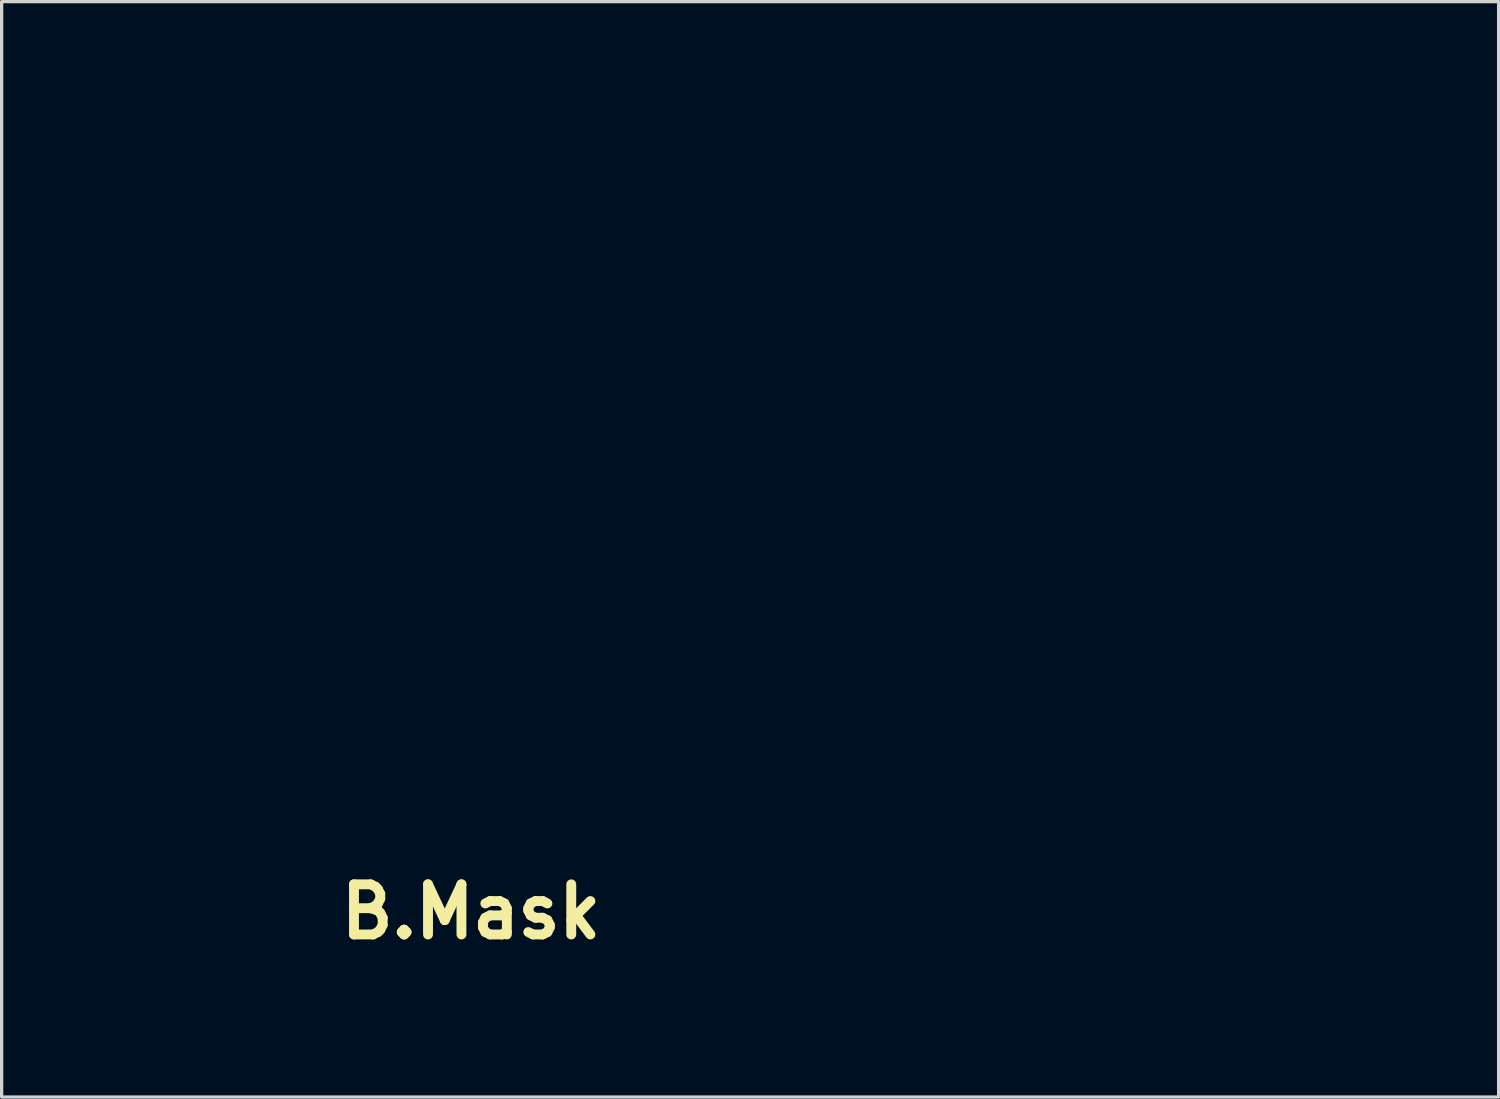
<source format=kicad_pcb>
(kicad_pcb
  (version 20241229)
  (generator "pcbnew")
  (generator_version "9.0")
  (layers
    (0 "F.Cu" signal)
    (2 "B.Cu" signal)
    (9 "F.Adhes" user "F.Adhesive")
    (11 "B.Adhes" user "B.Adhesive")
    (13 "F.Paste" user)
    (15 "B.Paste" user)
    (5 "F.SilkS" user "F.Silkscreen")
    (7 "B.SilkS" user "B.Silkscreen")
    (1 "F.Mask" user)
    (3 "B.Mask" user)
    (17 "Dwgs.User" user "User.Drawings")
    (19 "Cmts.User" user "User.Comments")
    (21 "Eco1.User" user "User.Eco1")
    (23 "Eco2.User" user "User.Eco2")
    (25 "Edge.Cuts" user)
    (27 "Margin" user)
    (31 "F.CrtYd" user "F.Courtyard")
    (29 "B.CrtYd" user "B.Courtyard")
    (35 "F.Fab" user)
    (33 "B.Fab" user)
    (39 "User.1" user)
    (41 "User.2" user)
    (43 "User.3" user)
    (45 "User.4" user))
  (footprint "B.Mask"
    (layer "F.Cu")
    (at 11.266 24.664)
    (property "Reference" "B.Mask" (at 0 0 0) (layer "F.SilkS") (effects (font (size 1.524 1.524) (thickness 0.3))))
    (attr through_hole)
    (fp_poly (pts (xy 4.87 -21.929) (xy 4.147 -21.929) (xy 4.17 -24.659) (xy 4.847 -24.659) (xy 4.87 -21.929)) (stroke (width 0.01) (type solid)) (fill yes) (layer "B.Mask"))
    (fp_poly (pts (xy -4.116 -23.294) (xy -4.105 -21.929) (xy -4.827 -21.929) (xy -4.816 -23.294) (xy -4.805 -24.659) (xy -4.128 -24.659) (xy -4.116 -23.294)) (stroke (width 0.01) (type solid)) (fill yes) (layer "B.Mask"))
    (fp_poly (pts (xy 3.768 -12.488) (xy 6.265 -12.488) (xy 6.265 -7.451) (xy 3.768 -7.451) (xy 3.768 -4.953) (xy -3.725 -4.953) (xy -3.725 -7.493) (xy 1.27 -7.493) (xy 1.27 -12.446) (xy -3.725 -12.446) (xy -3.725 -14.986) (xy 3.768 -14.986) (xy 3.768 -12.488)) (stroke (width 0.01) (type solid)) (fill yes) (layer "B.Mask"))
    (fp_poly (pts (xy 24.78 -12.11) (xy 24.78 -12.03) (xy 24.85 -12.03) (xy 24.85 -11.95) (xy 24.889 -11.95) (xy 24.94 -11.95) (xy 25.02 -11.95) (xy 25.019 -11.77) (xy 24.989 -11.77) (xy 24.934 -11.769) (xy 24.85 -11.77) (xy 24.85 -11.72) (xy 24.85 -11.663) (xy 24.85 -11.538) (xy 24.85 -11.388) (xy 24.85 -11.007) (xy 24.384 -11.007) (xy 24.384 -12.107) (xy 24.6 -12.107) (xy 24.738 -12.11)) (stroke (width 0.01) (type solid)) (fill yes) (layer "B.Mask"))
    (fp_poly (pts (xy -8.721 -7.493) (xy -6.223 -7.493) (xy -6.223 -4.953) (xy -7.465 -4.953) (xy -7.781 -4.954) (xy -8.069 -4.957) (xy -8.319 -4.961) (xy -8.52 -4.966) (xy -8.66 -4.972) (xy -8.73 -4.979) (xy -8.735 -4.981) (xy -8.742 -5.029) (xy -8.749 -5.151) (xy -8.754 -5.336) (xy -8.759 -5.572) (xy -8.762 -5.85) (xy -8.763 -6.158) (xy -8.763 -6.229) (xy -8.763 -7.449) (xy -11.239 -7.472) (xy -11.25 -11.229) (xy -11.261 -14.986) (xy -8.721 -14.986) (xy -8.721 -7.493)) (stroke (width 0.01) (type solid)) (fill yes) (layer "B.Mask"))
    (fp_poly (pts (xy 14.9 -8.859) (xy 14.9 -8.808) (xy 14.9 -8.72) (xy 14.989 -8.72) (xy 15.06 -8.72) (xy 15.06 -8.66) (xy 15.06 -8.562) (xy 15.06 -8.39) (xy 15.01 -8.39) (xy 14.912 -8.39) (xy 14.891 -8.39) (xy 14.786 -8.39) (xy 14.73 -8.39) (xy 14.73 -8.464) (xy 14.73 -8.55) (xy 14.645 -8.55) (xy 14.57 -8.55) (xy 14.57 -8.623) (xy 14.57 -8.72) (xy 14.57 -8.826) (xy 14.57 -8.88) (xy 14.721 -8.88) (xy 14.743 -8.88) (xy 14.9 -8.88) (xy 14.9 -8.86)) (stroke (width 0.01) (type solid)) (fill yes) (layer "B.Mask"))
    (fp_poly (pts (xy 14.9 -3.969) (xy 14.9 -3.918) (xy 14.9 -3.83) (xy 14.989 -3.83) (xy 15.06 -3.83) (xy 15.06 -3.77) (xy 15.06 -3.672) (xy 15.06 -3.5) (xy 15.01 -3.5) (xy 14.912 -3.5) (xy 14.891 -3.5) (xy 14.786 -3.5) (xy 14.73 -3.5) (xy 14.73 -3.574) (xy 14.73 -3.66) (xy 14.645 -3.66) (xy 14.57 -3.66) (xy 14.57 -3.733) (xy 14.57 -3.83) (xy 14.57 -3.936) (xy 14.57 -3.99) (xy 14.721 -3.99) (xy 14.743 -3.99) (xy 14.9 -3.99) (xy 14.9 -3.97)) (stroke (width 0.01) (type solid)) (fill yes) (layer "B.Mask"))
    (fp_poly (pts (xy 14.9 -1.519) (xy 14.9 -1.468) (xy 14.9 -1.38) (xy 14.989 -1.38) (xy 15.06 -1.38) (xy 15.06 -1.32) (xy 15.06 -1.222) (xy 15.06 -1.05) (xy 15.01 -1.05) (xy 14.912 -1.05) (xy 14.891 -1.05) (xy 14.786 -1.05) (xy 14.73 -1.05) (xy 14.73 -1.124) (xy 14.73 -1.21) (xy 14.645 -1.21) (xy 14.57 -1.21) (xy 14.57 -1.283) (xy 14.57 -1.38) (xy 14.57 -1.486) (xy 14.57 -1.54) (xy 14.721 -1.54) (xy 14.743 -1.54) (xy 14.9 -1.54) (xy 14.9 -1.52)) (stroke (width 0.01) (type solid)) (fill yes) (layer "B.Mask"))
    (fp_poly (pts (xy 17.33 -1.517) (xy 17.33 -1.465) (xy 17.33 -1.377) (xy 17.419 -1.377) (xy 17.49 -1.377) (xy 17.49 -1.317) (xy 17.49 -1.219) (xy 17.49 -1.047) (xy 17.44 -1.047) (xy 17.342 -1.047) (xy 17.321 -1.048) (xy 17.216 -1.047) (xy 17.16 -1.047) (xy 17.16 -1.122) (xy 17.16 -1.207) (xy 17.075 -1.207) (xy 17 -1.207) (xy 17 -1.28) (xy 17 -1.377) (xy 17 -1.484) (xy 17 -1.537) (xy 17.151 -1.538) (xy 17.173 -1.537) (xy 17.33 -1.537) (xy 17.33 -1.517)) (stroke (width 0.01) (type solid)) (fill yes) (layer "B.Mask"))
    (fp_poly (pts (xy 17.36 -6.409) (xy 17.36 -6.358) (xy 17.36 -6.27) (xy 17.449 -6.27) (xy 17.52 -6.27) (xy 17.52 -6.21) (xy 17.52 -6.112) (xy 17.52 -5.94) (xy 17.47 -5.94) (xy 17.372 -5.94) (xy 17.351 -5.94) (xy 17.246 -5.94) (xy 17.19 -5.94) (xy 17.19 -6.014) (xy 17.19 -6.1) (xy 17.105 -6.1) (xy 17.03 -6.1) (xy 17.03 -6.173) (xy 17.03 -6.27) (xy 17.03 -6.376) (xy 17.03 -6.43) (xy 17.181 -6.43) (xy 17.203 -6.43) (xy 17.36 -6.43) (xy 17.36 -6.41)) (stroke (width 0.01) (type solid)) (fill yes) (layer "B.Mask"))
    (fp_poly (pts (xy 19.79 -3.969) (xy 19.79 -3.918) (xy 19.79 -3.83) (xy 19.879 -3.83) (xy 19.95 -3.83) (xy 19.95 -3.77) (xy 19.95 -3.672) (xy 19.95 -3.5) (xy 19.9 -3.5) (xy 19.802 -3.5) (xy 19.781 -3.5) (xy 19.676 -3.5) (xy 19.62 -3.5) (xy 19.62 -3.574) (xy 19.62 -3.66) (xy 19.535 -3.66) (xy 19.46 -3.66) (xy 19.46 -3.733) (xy 19.46 -3.83) (xy 19.46 -3.936) (xy 19.46 -3.99) (xy 19.611 -3.99) (xy 19.633 -3.99) (xy 19.79 -3.99) (xy 19.79 -3.97)) (stroke (width 0.01) (type solid)) (fill yes) (layer "B.Mask"))
    (fp_poly (pts (xy 22.25 0.941) (xy 22.25 0.992) (xy 22.25 1.08) (xy 22.339 1.08) (xy 22.41 1.08) (xy 22.41 1.14) (xy 22.41 1.238) (xy 22.41 1.41) (xy 22.36 1.41) (xy 22.262 1.41) (xy 22.241 1.41) (xy 22.136 1.41) (xy 22.08 1.41) (xy 22.08 1.336) (xy 22.08 1.25) (xy 21.995 1.25) (xy 21.92 1.25) (xy 21.92 1.177) (xy 21.92 1.08) (xy 21.92 0.974) (xy 21.92 0.92) (xy 22.071 0.92) (xy 22.093 0.92) (xy 22.25 0.92) (xy 22.25 0.94)) (stroke (width 0.01) (type solid)) (fill yes) (layer "B.Mask"))
    (fp_poly (pts (xy 22.26 -6.399) (xy 22.26 -6.348) (xy 22.26 -6.26) (xy 22.349 -6.26) (xy 22.42 -6.26) (xy 22.42 -6.2) (xy 22.42 -6.102) (xy 22.42 -5.93) (xy 22.37 -5.93) (xy 22.272 -5.93) (xy 22.251 -5.93) (xy 22.146 -5.93) (xy 22.09 -5.93) (xy 22.09 -6.004) (xy 22.09 -6.09) (xy 22.005 -6.09) (xy 21.93 -6.09) (xy 21.93 -6.163) (xy 21.93 -6.26) (xy 21.93 -6.366) (xy 21.93 -6.42) (xy 22.081 -6.42) (xy 22.103 -6.42) (xy 22.26 -6.42) (xy 22.26 -6.4)) (stroke (width 0.01) (type solid)) (fill yes) (layer "B.Mask"))
    (fp_poly (pts (xy 24.7 -3.969) (xy 24.7 -3.918) (xy 24.7 -3.83) (xy 24.789 -3.83) (xy 24.86 -3.83) (xy 24.86 -3.77) (xy 24.86 -3.672) (xy 24.86 -3.5) (xy 24.81 -3.5) (xy 24.712 -3.5) (xy 24.691 -3.5) (xy 24.586 -3.5) (xy 24.53 -3.5) (xy 24.53 -3.574) (xy 24.53 -3.66) (xy 24.445 -3.66) (xy 24.37 -3.66) (xy 24.37 -3.733) (xy 24.37 -3.83) (xy 24.37 -3.936) (xy 24.37 -3.99) (xy 24.521 -3.99) (xy 24.543 -3.99) (xy 24.7 -3.99) (xy 24.7 -3.97)) (stroke (width 0.01) (type solid)) (fill yes) (layer "B.Mask"))
    (fp_poly (pts (xy 17.81 -12.09) (xy 17.813 -11.695) (xy 17.82 -11.303) (xy 17.187 -11.303) (xy 17.187 -11.155) (xy 17.19 -11.01) (xy 17.15 -11.01) (xy 17.068 -11.01) (xy 17.018 -11.01) (xy 16.91 -11.01) (xy 16.85 -11.01) (xy 16.85 -11.111) (xy 16.85 -11.155) (xy 16.85 -11.31) (xy 16.83 -11.31) (xy 16.785 -11.31) (xy 16.72 -11.31) (xy 16.72 -11.388) (xy 16.72 -11.47) (xy 16.783 -11.47) (xy 16.85 -11.47) (xy 16.85 -11.64) (xy 16.85 -11.703) (xy 16.85 -11.78) (xy 16.85 -12.09) (xy 17.187 -12.09) (xy 17.187 -11.472) (xy 17.484 -11.472) (xy 17.484 -12.09) (xy 17.8 -12.09)) (stroke (width 0.01) (type solid)) (fill yes) (layer "B.Mask"))
    (fp_poly (pts (xy 28.215 -0.43) (xy 27.77 -0.43) (xy 27.55 -0.43) (xy 27.421 -0.43) (xy 27.34 -0.43) (xy 27.31 -0.43) (xy 27.28 -0.43) (xy 27.28 -0.507) (xy 27.28 -0.59) (xy 27.194 -0.59) (xy 27.14 -0.59) (xy 27.14 -0.68) (xy 27.14 -0.804) (xy 27.14 -0.974) (xy 27.14 -1.16) (xy 27.14 -1.275) (xy 27.14 -1.36) (xy 27.2 -1.36) (xy 27.24 -1.35) (xy 27.474 -1.355) (xy 27.474 -0.593) (xy 27.898 -0.593) (xy 27.898 -1.355) (xy 27.474 -1.355) (xy 27.2 -1.36) (xy 27.29 -1.36) (xy 27.29 -1.439) (xy 27.29 -1.476) (xy 27.29 -1.52) (xy 27.36 -1.52) (xy 27.46 -1.52) (xy 27.68 -1.52) (xy 27.751 -1.52) (xy 28.22 -1.52) (xy 28.215 -0.445)) (stroke (width 0.01) (type solid)) (fill yes) (layer "B.Mask"))
    (fp_poly (pts (xy 28.215 2.04) (xy 27.14 2.035) (xy 27.14 1.927) (xy 27.14 1.877) (xy 27.14 1.83) (xy 27.211 1.83) (xy 27.32 1.83) (xy 27.47 1.83) (xy 27.51 1.83) (xy 27.898 1.83) (xy 27.898 1.57) (xy 27.59 1.57) (xy 27.427 1.57) (xy 27.33 1.57) (xy 27.27 1.57) (xy 27.271 1.471) (xy 27.27 1.39) (xy 27.31 1.39) (xy 27.392 1.39) (xy 27.542 1.39) (xy 27.577 1.39) (xy 27.898 1.39) (xy 27.898 1.101) (xy 27.517 1.101) (xy 27.336 1.099) (xy 27.22 1.1) (xy 27.16 1.1) (xy 27.139 1.1) (xy 27.14 1.016) (xy 27.14 0.94) (xy 27.14 0.93) (xy 27.22 0.93) (xy 27.318 0.93) (xy 27.477 0.93) (xy 27.687 0.931) (xy 28.22 0.93) (xy 28.215 2.011)) (stroke (width 0.01) (type solid)) (fill yes) (layer "B.Mask"))
    (fp_poly (pts (xy 27.68 -6.42) (xy 27.76 -6.42) (xy 28.21 -6.42) (xy 28.22 -5.33) (xy 27.75 -5.33) (xy 27.54 -5.33) (xy 27.402 -5.33) (xy 27.32 -5.33) (xy 27.29 -5.33) (xy 27.29 -5.39) (xy 27.29 -5.42) (xy 27.29 -5.489) (xy 27.2 -5.491) (xy 27.149 -5.49) (xy 27.15 -5.61) (xy 27.15 -5.65) (xy 27.149 -5.761) (xy 27.15 -5.8) (xy 27.199 -5.8) (xy 27.474 -5.8) (xy 27.474 -5.503) (xy 27.898 -5.503) (xy 27.898 -5.8) (xy 27.474 -5.8) (xy 27.199 -5.785) (xy 27.29 -5.795) (xy 27.29 -5.86) (xy 27.29 -5.92) (xy 27.199 -5.92) (xy 27.15 -5.92) (xy 27.151 -6.047) (xy 27.15 -6.098) (xy 27.15 -6.222) (xy 27.15 -6.265) (xy 27.194 -6.265) (xy 27.474 -6.265) (xy 27.474 -5.969) (xy 27.898 -5.969) (xy 27.898 -6.265) (xy 27.474 -6.265) (xy 27.197 -6.258) (xy 27.281 -6.262) (xy 27.279 -6.35) (xy 27.281 -6.42) (xy 27.32 -6.42) (xy 27.388 -6.42) (xy 27.502 -6.42) (xy 27.65 -6.42)) (stroke (width 0.01) (type solid)) (fill yes) (layer "B.Mask"))
    (fp_poly (pts (xy 27.864 -8.88) (xy 27.978 -8.88) (xy 28.04 -8.88) (xy 28.07 -8.88) (xy 28.07 -8.8) (xy 28.07 -8.73) (xy 28.152 -8.73) (xy 28.189 -8.73) (xy 28.23 -8.73) (xy 28.23 -8.63) (xy 28.23 -8.52) (xy 28.23 -8.34) (xy 28.23 -8.26) (xy 28.23 -7.789) (xy 28.067 -7.789) (xy 27.96 -7.79) (xy 27.9 -7.79) (xy 27.898 -7.894) (xy 27.898 -7.938) (xy 27.898 -8.09) (xy 27.48 -8.09) (xy 27.48 -7.938) (xy 27.48 -7.79) (xy 27.44 -7.79) (xy 27.355 -7.79) (xy 27.305 -7.789) (xy 27.15 -7.789) (xy 27.15 -8.26) (xy 27.15 -8.46) (xy 27.15 -8.61) (xy 27.15 -8.678) (xy 27.474 -8.678) (xy 27.474 -8.255) (xy 27.898 -8.255) (xy 27.898 -8.678) (xy 27.474 -8.678) (xy 27.15 -8.68) (xy 27.15 -8.69) (xy 27.15 -8.72) (xy 27.194 -8.72) (xy 27.28 -8.72) (xy 27.28 -8.805) (xy 27.28 -8.88) (xy 27.33 -8.88) (xy 27.41 -8.88) (xy 27.56 -8.88) (xy 27.69 -8.88) (xy 27.83 -8.88)) (stroke (width 0.01) (type solid)) (fill yes) (layer "B.Mask"))
    (fp_poly (pts (xy -1.321 -24.333) (xy -1.32 -24) (xy -0.99 -24) (xy -0.64 -24) (xy -0.644 -23.654) (xy -0.631 -23.326) (xy 0.674 -23.326) (xy 0.686 -23.654) (xy 0.699 -23.982) (xy 1.025 -23.994) (xy 1.351 -24.006) (xy 1.363 -24.333) (xy 1.376 -24.659) (xy 2.731 -24.659) (xy 2.743 -24.333) (xy 2.755 -24.006) (xy 3.124 -23.994) (xy 3.493 -23.982) (xy 3.504 -22.236) (xy 3.515 -20.489) (xy 2.752 -20.489) (xy 2.752 -19.812) (xy 1.397 -19.812) (xy 1.397 -19.135) (xy -1.355 -19.135) (xy -1.355 -19.812) (xy -2.709 -19.812) (xy -2.709 -20.489) (xy -3.472 -20.489) (xy -3.467 -21.251) (xy -1.99 -21.251) (xy -1.99 -20.535) (xy -1.662 -20.523) (xy -1.333 -20.511) (xy -1.309 -19.854) (xy 1.351 -19.854) (xy 1.376 -20.511) (xy 1.704 -20.523) (xy 2.032 -20.535) (xy 2.032 -21.251) (xy -1.99 -21.251) (xy -3.467 -21.251) (xy -3.455 -23.283) (xy -1.99 -23.283) (xy -1.99 -21.971) (xy -0.677 -21.971) (xy -0.677 -23.283) (xy 0.72 -23.283) (xy 0.72 -21.971) (xy 2.032 -21.971) (xy 2.032 -23.283) (xy 0.72 -23.283) (xy -0.677 -23.283) (xy -1.99 -23.283) (xy -3.455 -23.283) (xy -3.45 -23.982) (xy -2.7 -23.98) (xy -2.701 -24.333) (xy -2.7 -24.659) (xy -1.32 -24.659) (xy -1.321 -24.333)) (stroke (width 0.01) (type solid)) (fill yes) (layer "B.Mask"))
    (fp_poly (pts (xy 27.89 -3.98) (xy 27.97 -3.98) (xy 28.034 -3.98) (xy 28.07 -3.98) (xy 28.07 -3.89) (xy 28.07 -3.81) (xy 28.152 -3.81) (xy 28.22 -3.81) (xy 28.23 -3.81) (xy 28.23 -3.704) (xy 28.23 -3.58) (xy 28.23 -3.429) (xy 28.23 -3.24) (xy 28.228 -3.136) (xy 28.23 -3.02) (xy 28.185 -3.02) (xy 28.14 -3.02) (xy 28.07 -3.02) (xy 28.07 -2.963) (xy 28.07 -2.88) (xy 28.032 -2.88) (xy 27.97 -2.88) (xy 27.844 -2.88) (xy 27.665 -2.879) (xy 27.478 -2.88) (xy 27.36 -2.88) (xy 27.3 -2.88) (xy 27.27 -2.88) (xy 27.27 -2.97) (xy 27.27 -3.04) (xy 27.205 -3.04) (xy 27.14 -3.04) (xy 27.14 -3.133) (xy 27.14 -3.21) (xy 27.22 -3.21) (xy 27.3 -3.21) (xy 27.39 -3.21) (xy 27.46 -3.21) (xy 27.46 -3.06) (xy 27.46 -3.05) (xy 27.56 -3.05) (xy 27.68 -3.048) (xy 27.73 -3.048) (xy 27.898 -3.048) (xy 27.898 -3.81) (xy 27.691 -3.81) (xy 27.46 -3.81) (xy 27.46 -3.78) (xy 27.46 -3.63) (xy 27.44 -3.63) (xy 27.4 -3.63) (xy 27.33 -3.63) (xy 27.28 -3.63) (xy 27.18 -3.63) (xy 27.141 -3.63) (xy 27.14 -3.72) (xy 27.14 -3.81) (xy 27.199 -3.81) (xy 27.27 -3.81) (xy 27.27 -3.895) (xy 27.27 -3.98) (xy 27.297 -3.98) (xy 27.36 -3.98) (xy 27.49 -3.98) (xy 27.52 -3.98) (xy 27.85 -3.98)) (stroke (width 0.01) (type solid)) (fill yes) (layer "B.Mask"))
    (fp_poly (pts (xy 15.34 -11.84) (xy 15.34 -11.6) (xy 14.605 -11.599) (xy 14.605 -11.176) (xy 14.817 -11.176) (xy 14.95 -11.18) (xy 15.04 -11.18) (xy 15.04 -11.25) (xy 15.04 -11.29) (xy 15.15 -11.29) (xy 15.2 -11.29) (xy 15.31 -11.29) (xy 15.36 -11.29) (xy 15.36 -11.22) (xy 15.36 -11.14) (xy 15.282 -11.14) (xy 15.2 -11.14) (xy 15.198 -11.02) (xy 15.18 -11.02) (xy 15.129 -11.02) (xy 15.02 -11.02) (xy 14.844 -11.02) (xy 14.81 -11.02) (xy 14.63 -11.02) (xy 14.515 -11.02) (xy 14.455 -11.02) (xy 14.44 -11.02) (xy 14.44 -11.07) (xy 14.44 -11.14) (xy 14.351 -11.14) (xy 14.304 -11.14) (xy 14.27 -11.14) (xy 14.268 -11.275) (xy 14.266 -11.388) (xy 14.269 -11.53) (xy 14.27 -11.61) (xy 14.27 -11.66) (xy 14.35 -11.66) (xy 14.44 -11.66) (xy 14.44 -11.71) (xy 14.44 -11.76) (xy 14.516 -11.759) (xy 14.64 -11.76) (xy 14.72 -11.76) (xy 14.89 -11.76) (xy 14.97 -11.76) (xy 15.03 -11.76) (xy 15.03 -11.9) (xy 14.99 -11.9) (xy 14.96 -11.9) (xy 14.852 -11.9) (xy 14.68 -11.9) (xy 14.651 -11.9) (xy 14.469 -11.9) (xy 14.35 -11.9) (xy 14.29 -11.9) (xy 14.27 -11.9) (xy 14.27 -11.987) (xy 14.27 -11.991) (xy 14.27 -12.08) (xy 14.306 -12.08) (xy 14.35 -12.08) (xy 14.451 -12.082) (xy 14.602 -12.086) (xy 14.817 -12.086) (xy 15.34 -12.086) (xy 15.34 -11.84)) (stroke (width 0.01) (type solid)) (fill yes) (layer "B.Mask"))
    (fp_poly (pts (xy 22.34 -12.1) (xy 22.45 -12.098) (xy 22.549 -12.1) (xy 22.549 -12.049) (xy 22.549 -12.022) (xy 22.549 -11.939) (xy 22.631 -11.939) (xy 22.699 -11.94) (xy 22.699 -11.849) (xy 22.699 -11.78) (xy 22.61 -11.78) (xy 22.542 -11.78) (xy 22.43 -11.78) (xy 22.39 -11.78) (xy 22.39 -11.831) (xy 22.39 -11.889) (xy 22.299 -11.889) (xy 22.161 -11.889) (xy 22.03 -11.89) (xy 21.93 -11.89) (xy 21.93 -11.85) (xy 21.93 -11.77) (xy 21.93 -11.73) (xy 21.93 -11.704) (xy 21.93 -11.64) (xy 22.026 -11.64) (xy 22.15 -11.64) (xy 22.18 -11.64) (xy 22.295 -11.64) (xy 22.39 -11.64) (xy 22.39 -11.586) (xy 22.39 -11.556) (xy 22.39 -11.48) (xy 22.484 -11.48) (xy 22.56 -11.48) (xy 22.56 -11.39) (xy 22.56 -11.31) (xy 22.627 -11.31) (xy 22.69 -11.31) (xy 22.69 -11.167) (xy 22.69 -11.154) (xy 22.69 -11.006) (xy 22.161 -11.006) (xy 21.946 -11.008) (xy 21.8 -11.01) (xy 21.7 -11.01) (xy 21.653 -11.01) (xy 21.63 -11.01) (xy 21.632 -11.09) (xy 21.63 -11.131) (xy 21.63 -11.17) (xy 21.74 -11.17) (xy 21.862 -11.17) (xy 22.02 -11.17) (xy 22.2 -11.17) (xy 22.314 -11.17) (xy 22.374 -11.17) (xy 22.39 -11.17) (xy 22.39 -11.254) (xy 22.39 -11.3) (xy 22.309 -11.3) (xy 22.22 -11.3) (xy 22.22 -11.39) (xy 22.22 -11.469) (xy 22.168 -11.471) (xy 22.073 -11.471) (xy 21.992 -11.471) (xy 21.851 -11.47) (xy 21.77 -11.47) (xy 21.77 -11.6) (xy 21.73 -11.6) (xy 21.695 -11.6) (xy 21.64 -11.6) (xy 21.64 -11.719) (xy 21.64 -11.768) (xy 21.641 -11.89) (xy 21.64 -11.936) (xy 21.69 -11.937) (xy 21.769 -11.939) (xy 21.771 -12.022) (xy 21.769 -12.099) (xy 21.829 -12.099) (xy 21.912 -12.099) (xy 22.075 -12.099) (xy 22.145 -12.101) (xy 22.3 -12.1)) (stroke (width 0.01) (type solid)) (fill yes) (layer "B.Mask"))
    (fp_poly (pts (xy 19.94 -12.1) (xy 20.02 -12.1) (xy 20.066 -12.1) (xy 20.1 -12.1) (xy 20.1 -12.023) (xy 20.1 -11.93) (xy 20.198 -11.93) (xy 20.282 -11.93) (xy 20.28 -11.78) (xy 20.254 -11.78) (xy 20.171 -11.78) (xy 20.108 -11.78) (xy 19.991 -11.779) (xy 19.94 -11.78) (xy 19.94 -11.831) (xy 19.94 -11.889) (xy 19.845 -11.89) (xy 19.706 -11.89) (xy 19.573 -11.89) (xy 19.47 -11.89) (xy 19.47 -11.842) (xy 19.47 -11.8) (xy 19.47 -11.769) (xy 19.47 -11.64) (xy 19.51 -11.64) (xy 19.57 -11.64) (xy 19.68 -11.64) (xy 19.71 -11.64) (xy 19.84 -11.64) (xy 19.91 -11.64) (xy 19.93 -11.64) (xy 19.93 -11.56) (xy 19.93 -11.45) (xy 19.88 -11.45) (xy 19.77 -11.45) (xy 19.717 -11.45) (xy 19.587 -11.45) (xy 19.5 -11.45) (xy 19.47 -11.45) (xy 19.47 -11.314) (xy 19.468 -11.176) (xy 19.71 -11.178) (xy 19.85 -11.18) (xy 19.917 -11.179) (xy 19.939 -11.18) (xy 19.939 -11.239) (xy 19.94 -11.3) (xy 20.06 -11.3) (xy 20.123 -11.3) (xy 20.23 -11.3) (xy 20.28 -11.3) (xy 20.28 -11.236) (xy 20.28 -11.12) (xy 20.19 -11.12) (xy 20.12 -11.12) (xy 20.12 -11.01) (xy 20.09 -11.01) (xy 20.025 -11.01) (xy 19.902 -11.009) (xy 19.708 -11.007) (xy 19.706 -11.007) (xy 19.514 -11.009) (xy 19.393 -11.01) (xy 19.328 -11.01) (xy 19.31 -11.01) (xy 19.31 -11.07) (xy 19.31 -11.14) (xy 19.24 -11.14) (xy 19.18 -11.14) (xy 19.18 -11.26) (xy 19.18 -11.31) (xy 19.18 -11.421) (xy 19.18 -11.47) (xy 19.24 -11.47) (xy 19.31 -11.47) (xy 19.31 -11.536) (xy 19.31 -11.63) (xy 19.24 -11.63) (xy 19.19 -11.63) (xy 19.19 -11.72) (xy 19.19 -11.77) (xy 19.189 -11.891) (xy 19.19 -11.94) (xy 19.233 -11.941) (xy 19.307 -11.94) (xy 19.31 -12.02) (xy 19.31 -12.06) (xy 19.31 -12.1) (xy 19.451 -12.1) (xy 19.589 -12.1) (xy 19.706 -12.1) (xy 19.885 -12.1)) (stroke (width 0.01) (type solid)) (fill yes) (layer "B.Mask"))
    (fp_poly (pts (xy 25.781 2.625) (xy 13.335 2.625) (xy 13.335 0.169) (xy 13.504 0.169) (xy 13.504 2.455) (xy 15.79 2.455) (xy 15.79 0.169) (xy 15.96 0.169) (xy 15.96 2.455) (xy 18.246 2.455) (xy 18.246 0.169) (xy 18.415 0.169) (xy 18.415 2.455) (xy 20.701 2.455) (xy 20.701 0.169) (xy 20.87 0.169) (xy 20.87 2.455) (xy 23.156 2.455) (xy 23.156 0.169) (xy 23.326 0.169) (xy 23.326 2.455) (xy 25.612 2.455) (xy 25.612 0.169) (xy 23.326 0.169) (xy 23.156 0.169) (xy 20.87 0.169) (xy 20.701 0.169) (xy 18.415 0.169) (xy 18.246 0.169) (xy 15.96 0.169) (xy 15.79 0.169) (xy 13.504 0.169) (xy 13.335 0.169) (xy 13.335 0) (xy 13.503 0) (xy 15.79 0) (xy 15.79 -2.286) (xy 15.96 -2.286) (xy 15.96 0) (xy 18.246 0) (xy 18.246 -2.286) (xy 18.415 -2.286) (xy 18.415 0) (xy 20.701 0) (xy 20.701 -2.286) (xy 20.87 -2.286) (xy 20.87 0) (xy 23.156 0) (xy 23.326 0) (xy 25.613 0) (xy 25.602 -1.132) (xy 25.59 -2.265) (xy 24.458 -2.276) (xy 23.326 -2.287) (xy 23.326 0) (xy 23.156 0) (xy 23.156 -2.286) (xy 20.87 -2.286) (xy 20.701 -2.286) (xy 18.415 -2.286) (xy 18.246 -2.286) (xy 15.96 -2.286) (xy 15.79 -2.286) (xy 15.79 -2.287) (xy 14.658 -2.276) (xy 13.525 -2.265) (xy 13.503 0) (xy 13.335 0) (xy 13.335 -4.699) (xy 13.504 -4.699) (xy 13.504 -2.455) (xy 15.79 -2.455) (xy 15.79 -4.699) (xy 15.96 -4.699) (xy 15.96 -2.455) (xy 18.246 -2.455) (xy 18.246 -4.699) (xy 18.415 -4.699) (xy 18.415 -2.455) (xy 20.701 -2.455) (xy 20.701 -4.699) (xy 20.87 -4.699) (xy 20.87 -2.455) (xy 23.156 -2.455) (xy 23.156 -4.699) (xy 23.326 -4.699) (xy 23.326 -2.455) (xy 25.612 -2.455) (xy 25.612 -4.699) (xy 23.326 -4.699) (xy 23.156 -4.699) (xy 20.87 -4.699) (xy 20.701 -4.699) (xy 18.415 -4.699) (xy 18.246 -4.699) (xy 15.96 -4.699) (xy 15.79 -4.699) (xy 13.504 -4.699) (xy 13.335 -4.699) (xy 13.335 -7.154) (xy 13.504 -7.154) (xy 13.504 -4.911) (xy 15.79 -4.911) (xy 15.79 -7.154) (xy 15.96 -7.154) (xy 15.96 -4.911) (xy 18.246 -4.911) (xy 18.246 -7.154) (xy 18.415 -7.154) (xy 18.415 -4.911) (xy 20.701 -4.911) (xy 20.701 -7.154) (xy 20.87 -7.154) (xy 20.87 -4.911) (xy 23.156 -4.911) (xy 23.156 -7.154) (xy 23.326 -7.154) (xy 23.326 -4.911) (xy 25.612 -4.911) (xy 25.612 -7.154) (xy 23.326 -7.154) (xy 23.156 -7.154) (xy 20.87 -7.154) (xy 20.701 -7.154) (xy 18.415 -7.154) (xy 18.246 -7.154) (xy 15.96 -7.154) (xy 15.79 -7.154) (xy 13.504 -7.154) (xy 13.335 -7.154) (xy 13.335 -9.61) (xy 13.504 -9.61) (xy 13.504 -8.495) (xy 13.505 -8.196) (xy 13.508 -7.925) (xy 13.513 -7.694) (xy 13.51 -7.513) (xy 13.51 -7.4) (xy 13.51 -7.33) (xy 13.581 -7.33) (xy 13.701 -7.329) (xy 13.887 -7.33) (xy 14.119 -7.327) (xy 14.392 -7.325) (xy 14.676 -7.324) (xy 15.79 -7.324) (xy 15.79 -9.61) (xy 15.96 -9.61) (xy 15.96 -8.495) (xy 15.961 -8.196) (xy 15.964 -7.925) (xy 15.96 -7.71) (xy 15.96 -7.513) (xy 15.96 -7.4) (xy 15.96 -7.33) (xy 16.036 -7.33) (xy 16.158 -7.33) (xy 16.341 -7.33) (xy 16.575 -7.327) (xy 16.847 -7.325) (xy 17.131 -7.324) (xy 18.246 -7.324) (xy 18.246 -9.61) (xy 18.415 -9.61) (xy 18.415 -7.324) (xy 20.701 -7.324) (xy 20.701 -9.61) (xy 20.87 -9.61) (xy 20.87 -7.322) (xy 22.003 -7.32) (xy 23.15 -7.32) (xy 23.146 -8.477) (xy 23.158 -9.61) (xy 23.326 -9.61) (xy 23.326 -7.322) (xy 25.6 -7.32) (xy 25.602 -8.477) (xy 25.6 -9.61) (xy 23.326 -9.61) (xy 23.158 -9.61) (xy 20.87 -9.61) (xy 20.701 -9.61) (xy 18.415 -9.61) (xy 18.246 -9.61) (xy 15.96 -9.61) (xy 15.79 -9.61) (xy 13.504 -9.61) (xy 13.335 -9.61) (xy 13.335 -9.779) (xy 25.781 -9.779) (xy 25.781 2.625)) (stroke (width 0.01) (type solid)) (fill yes) (layer "B.Mask")))
  (gr_rect
    (start -3 -3)
    (end 42.501 30.294)
    (stroke (width 0.1) (type default))
    (fill no)
    (layer "Edge.Cuts")))
</source>
